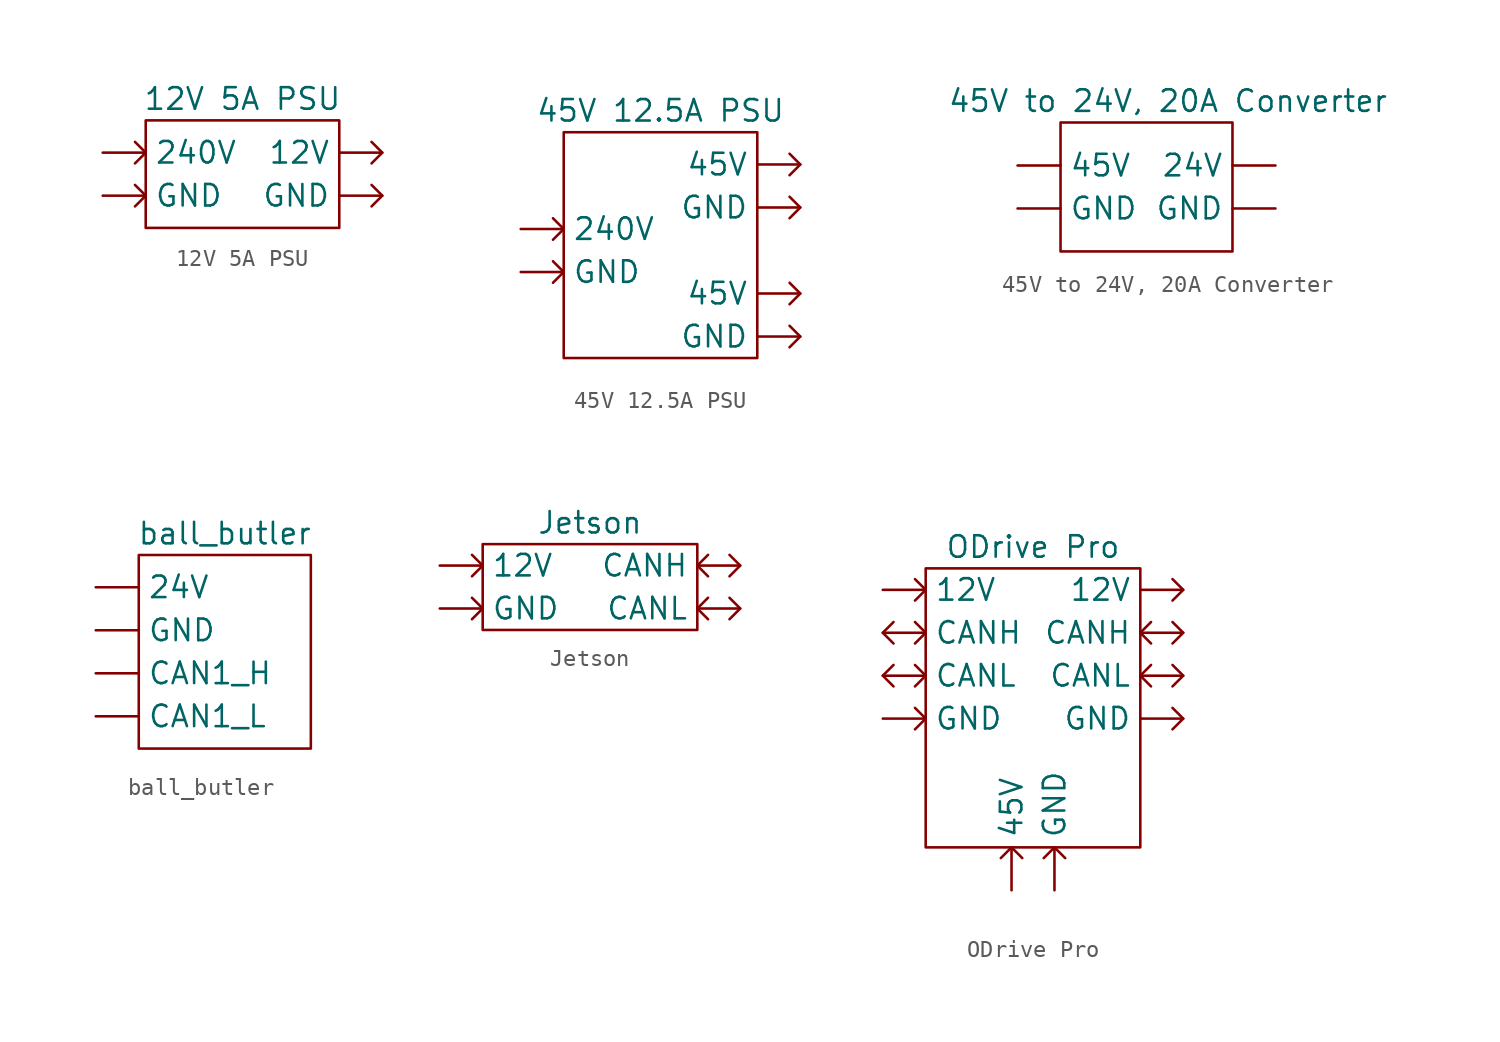
<source format=kicad_sym>
(kicad_symbol_lib
  (version 20211014)
  (generator kicad_symbol_editor)
  (symbol "12V 5A PSU"
    (property "Reference" "U"
      (at -11.43 12.7 0)
      (effects (font (size 1.27 1.27)) hide))
    (property "Value" "12V 5A PSU"
      (at -0.635 1.905 0)
      (effects (font (size 1.27 1.27))))
    (symbol "12V 5A PSU_0_0"
      (rectangle (start -6.35 0.635) (end 5.08 -5.715) (stroke (width 0) (type default) (color 0 0 0 0)) (fill (type none)))
      (polyline (pts (xy -6.985 -3.175) (xy -6.35 -3.81) (xy -6.985 -4.445)) (stroke (width 0) (type default) (color 0 0 0 0)) (fill (type none)))
      (polyline (pts (xy -6.985 -0.635) (xy -6.35 -1.27) (xy -6.985 -1.905)) (stroke (width 0) (type default) (color 0 0 0 0)) (fill (type none)))
      (polyline (pts (xy 6.985 -3.175) (xy 7.62 -3.81) (xy 6.985 -4.445)) (stroke (width 0) (type default) (color 0 0 0 0)) (fill (type none)))
      (polyline (pts (xy 6.985 -0.635) (xy 7.62 -1.27) (xy 6.985 -1.905)) (stroke (width 0) (type default) (color 0 0 0 0)) (fill (type none))))
    (symbol "12V 5A PSU_1_1"
      (pin output line (at 7.62 -1.27 180) (length 2.54) (name "12V" (effects (font (size 1.27 1.27)))) (number "" (effects (font (size 1.27 1.27)))))
      (pin input line (at -8.89 -1.27 0) (length 2.54) (name "240V" (effects (font (size 1.27 1.27)))) (number "" (effects (font (size 1.27 1.27)))))
      (pin input line (at -8.89 -3.81 0) (length 2.54) (name "GND" (effects (font (size 1.27 1.27)))) (number "" (effects (font (size 1.27 1.27)))))
      (pin output line (at 7.62 -3.81 180) (length 2.54) (name "GND" (effects (font (size 1.27 1.27)))) (number "" (effects (font (size 1.27 1.27)))))))
  (symbol "45V 12.5A PSU"
    (property "Reference" "U"
      (at -11.43 12.7 0)
      (effects (font (size 1.27 1.27)) hide))
    (property "Value" "45V 12.5A PSU"
      (at -0.635 8.255 0)
      (effects (font (size 1.27 1.27))))
    (symbol "45V 12.5A PSU_0_0"
      (rectangle (start -6.35 6.985) (end 5.08 -6.35) (stroke (width 0) (type default) (color 0 0 0 0)) (fill (type none)))
      (polyline (pts (xy -6.985 -0.635) (xy -6.35 -1.27) (xy -6.985 -1.905)) (stroke (width 0) (type default) (color 0 0 0 0)) (fill (type none)))
      (polyline (pts (xy -6.985 1.905) (xy -6.35 1.27) (xy -6.985 0.635)) (stroke (width 0) (type default) (color 0 0 0 0)) (fill (type none)))
      (polyline (pts (xy 6.985 -4.445) (xy 7.62 -5.08) (xy 6.985 -5.715)) (stroke (width 0) (type default) (color 0 0 0 0)) (fill (type none)))
      (polyline (pts (xy 6.985 -1.905) (xy 7.62 -2.54) (xy 6.985 -3.175)) (stroke (width 0) (type default) (color 0 0 0 0)) (fill (type none)))
      (polyline (pts (xy 6.985 3.175) (xy 7.62 2.54) (xy 6.985 1.905)) (stroke (width 0) (type default) (color 0 0 0 0)) (fill (type none)))
      (polyline (pts (xy 6.985 5.715) (xy 7.62 5.08) (xy 6.985 4.445)) (stroke (width 0) (type default) (color 0 0 0 0)) (fill (type none))))
    (symbol "45V 12.5A PSU_1_1"
      (pin input line (at -8.89 1.27 0) (length 2.54) (name "240V" (effects (font (size 1.27 1.27)))) (number "" (effects (font (size 1.27 1.27)))))
      (pin output line (at 7.62 -2.54 180) (length 2.54) (name "45V" (effects (font (size 1.27 1.27)))) (number "" (effects (font (size 1.27 1.27)))))
      (pin output line (at 7.62 5.08 180) (length 2.54) (name "45V" (effects (font (size 1.27 1.27)))) (number "" (effects (font (size 1.27 1.27)))))
      (pin input line (at -8.89 -1.27 0) (length 2.54) (name "GND" (effects (font (size 1.27 1.27)))) (number "" (effects (font (size 1.27 1.27)))))
      (pin output line (at 7.62 -5.08 180) (length 2.54) (name "GND" (effects (font (size 1.27 1.27)))) (number "" (effects (font (size 1.27 1.27)))))
      (pin output line (at 7.62 2.54 180) (length 2.54) (name "GND" (effects (font (size 1.27 1.27)))) (number "" (effects (font (size 1.27 1.27)))))))
  (symbol "45V to 24V, 20A Converter"
    (property "Reference" "U"
      (at -11.43 17.78 0)
      (effects (font (size 1.27 1.27)) hide))
    (property "Value" "45V to 24V, 20A Converter"
      (at 1.27 5.08 0)
      (effects (font (size 1.27 1.27))))
    (symbol "45V to 24V, 20A Converter_0_1"
      (rectangle (start -5.08 3.81) (end 5.08 -3.81) (stroke (width 0) (type default) (color 0 0 0 0)) (fill (type none))))
    (symbol "45V to 24V, 20A Converter_1_1"
      (pin output line (at 7.62 1.27 180) (length 2.54) (name "24V" (effects (font (size 1.27 1.27)))) (number "" (effects (font (size 1.27 1.27)))))
      (pin input line (at -7.62 1.27 0) (length 2.54) (name "45V" (effects (font (size 1.27 1.27)))) (number "" (effects (font (size 1.27 1.27)))))
      (pin input line (at -7.62 -1.27 0) (length 2.54) (name "GND" (effects (font (size 1.27 1.27)))) (number "" (effects (font (size 1.27 1.27)))))
      (pin output line (at 7.62 -1.27 180) (length 2.54) (name "GND" (effects (font (size 1.27 1.27)))) (number "" (effects (font (size 1.27 1.27)))))))
  (symbol "ball_butler"
    (property "Reference" "U"
      (at -14.605 10.795 0)
      (effects (font (size 1.27 1.27)) hide))
    (property "Value" "ball_butler"
      (at 0 0.635 0)
      (effects (font (size 1.27 1.27))))
    (symbol "ball_butler_0_0"
      (rectangle (start -5.08 -0.635) (end 5.08 -12.065) (stroke (width 0) (type default) (color 0 0 0 0)) (fill (type none))))
    (symbol "ball_butler_1_1"
      (pin input line (at -7.62 -2.54 0) (length 2.54) (name "24V" (effects (font (size 1.27 1.27)))) (number "" (effects (font (size 1.27 1.27)))))
      (pin bidirectional line (at -7.62 -7.62 0) (length 2.54) (name "CAN1_H" (effects (font (size 1.27 1.27)))) (number "" (effects (font (size 1.27 1.27)))))
      (pin bidirectional line (at -7.62 -10.16 0) (length 2.54) (name "CAN1_L" (effects (font (size 1.27 1.27)))) (number "" (effects (font (size 1.27 1.27)))))
      (pin input line (at -7.62 -5.08 0) (length 2.54) (name "GND" (effects (font (size 1.27 1.27)))) (number "" (effects (font (size 1.27 1.27)))))))
  (symbol "Jetson"
    (property "Reference" "U"
      (at -17.78 22.86 0)
      (effects (font (size 1.27 1.27)) hide))
    (property "Value" "Jetson"
      (at 0 3.81 0)
      (effects (font (size 1.27 1.27))))
    (symbol "Jetson_0_0"
      (polyline (pts (xy -6.985 -0.635) (xy -6.35 -1.27) (xy -6.985 -1.905)) (stroke (width 0) (type default) (color 0 0 0 0)) (fill (type none)))
      (polyline (pts (xy -6.985 1.905) (xy -6.35 1.27) (xy -6.985 0.635)) (stroke (width 0) (type default) (color 0 0 0 0)) (fill (type none)))
      (polyline (pts (xy 6.985 -0.635) (xy 6.35 -1.27) (xy 6.985 -1.905)) (stroke (width 0) (type default) (color 0 0 0 0)) (fill (type none)))
      (polyline (pts (xy 6.985 1.905) (xy 6.35 1.27) (xy 6.985 0.635)) (stroke (width 0) (type default) (color 0 0 0 0)) (fill (type none)))
      (polyline (pts (xy 8.255 -0.635) (xy 8.89 -1.27) (xy 8.255 -1.905)) (stroke (width 0) (type default) (color 0 0 0 0)) (fill (type none)))
      (polyline (pts (xy 8.255 1.905) (xy 8.89 1.27) (xy 8.255 0.635)) (stroke (width 0) (type default) (color 0 0 0 0)) (fill (type none))))
    (symbol "Jetson_0_1"
      (rectangle (start -6.35 2.54) (end 6.35 -2.54) (stroke (width 0) (type default) (color 0 0 0 0)) (fill (type none))))
    (symbol "Jetson_1_1"
      (pin input line (at -8.89 1.27 0) (length 2.54) (name "12V" (effects (font (size 1.27 1.27)))) (number "" (effects (font (size 1.27 1.27)))))
      (pin bidirectional line (at 8.89 1.27 180) (length 2.54) (name "CANH" (effects (font (size 1.27 1.27)))) (number "" (effects (font (size 1.27 1.27)))))
      (pin bidirectional line (at 8.89 -1.27 180) (length 2.54) (name "CANL" (effects (font (size 1.27 1.27)))) (number "" (effects (font (size 1.27 1.27)))))
      (pin input line (at -8.89 -1.27 0) (length 2.54) (name "GND" (effects (font (size 1.27 1.27)))) (number "" (effects (font (size 1.27 1.27)))))))
  (symbol "ODrive Pro"
    (property "Reference" "U"
      (at -10.795 12.065 0)
      (effects (font (size 1.27 1.27)) hide))
    (property "Value" "ODrive Pro"
      (at 0 6.35 0)
      (effects (font (size 1.27 1.27))))
    (symbol "ODrive Pro_0_0"
      (rectangle (start -6.35 5.08) (end 6.35 -11.43) (stroke (width 0) (type default) (color 0 0 0 0)) (fill (type none)))
      (polyline (pts (xy -8.255 -0.635) (xy -8.89 -1.27) (xy -8.255 -1.905)) (stroke (width 0) (type default) (color 0 0 0 0)) (fill (type none)))
      (polyline (pts (xy -8.255 1.905) (xy -8.89 1.27) (xy -8.255 0.635)) (stroke (width 0) (type default) (color 0 0 0 0)) (fill (type none)))
      (polyline (pts (xy -6.985 -3.175) (xy -6.35 -3.81) (xy -6.985 -4.445)) (stroke (width 0) (type default) (color 0 0 0 0)) (fill (type none)))
      (polyline (pts (xy -6.985 -0.635) (xy -6.35 -1.27) (xy -6.985 -1.905)) (stroke (width 0) (type default) (color 0 0 0 0)) (fill (type none)))
      (polyline (pts (xy -6.985 1.905) (xy -6.35 1.27) (xy -6.985 0.635)) (stroke (width 0) (type default) (color 0 0 0 0)) (fill (type none)))
      (polyline (pts (xy -6.985 4.445) (xy -6.35 3.81) (xy -6.985 3.175)) (stroke (width 0) (type default) (color 0 0 0 0)) (fill (type none)))
      (polyline (pts (xy -1.905 -12.065) (xy -1.27 -11.43) (xy -0.635 -12.065)) (stroke (width 0) (type default) (color 0 0 0 0)) (fill (type none)))
      (polyline (pts (xy 0.635 -12.065) (xy 1.27 -11.43) (xy 1.905 -12.065)) (stroke (width 0) (type default) (color 0 0 0 0)) (fill (type none)))
      (polyline (pts (xy 6.985 -0.635) (xy 6.35 -1.27) (xy 6.985 -1.905)) (stroke (width 0) (type default) (color 0 0 0 0)) (fill (type none)))
      (polyline (pts (xy 6.985 1.905) (xy 6.35 1.27) (xy 6.985 0.635)) (stroke (width 0) (type default) (color 0 0 0 0)) (fill (type none)))
      (polyline (pts (xy 8.255 -3.175) (xy 8.89 -3.81) (xy 8.255 -4.445)) (stroke (width 0) (type default) (color 0 0 0 0)) (fill (type none)))
      (polyline (pts (xy 8.255 -0.635) (xy 8.89 -1.27) (xy 8.255 -1.905)) (stroke (width 0) (type default) (color 0 0 0 0)) (fill (type none)))
      (polyline (pts (xy 8.255 1.905) (xy 8.89 1.27) (xy 8.255 0.635)) (stroke (width 0) (type default) (color 0 0 0 0)) (fill (type none)))
      (polyline (pts (xy 8.255 4.445) (xy 8.89 3.81) (xy 8.255 3.175)) (stroke (width 0) (type default) (color 0 0 0 0)) (fill (type none))))
    (symbol "ODrive Pro_1_1"
      (pin input line (at -8.89 3.81 0) (length 2.54) (name "12V" (effects (font (size 1.27 1.27)))) (number "" (effects (font (size 1.27 1.27)))))
      (pin output line (at 8.89 3.81 180) (length 2.54) (name "12V" (effects (font (size 1.27 1.27)))) (number "" (effects (font (size 1.27 1.27)))))
      (pin input line (at -1.27 -13.97 90) (length 2.54) (name "45V" (effects (font (size 1.27 1.27)))) (number "" (effects (font (size 1.27 1.27)))))
      (pin bidirectional line (at -8.89 1.27 0) (length 2.54) (name "CANH" (effects (font (size 1.27 1.27)))) (number "" (effects (font (size 1.27 1.27)))))
      (pin bidirectional line (at 8.89 1.27 180) (length 2.54) (name "CANH" (effects (font (size 1.27 1.27)))) (number "" (effects (font (size 1.27 1.27)))))
      (pin bidirectional line (at -8.89 -1.27 0) (length 2.54) (name "CANL" (effects (font (size 1.27 1.27)))) (number "" (effects (font (size 1.27 1.27)))))
      (pin bidirectional line (at 8.89 -1.27 180) (length 2.54) (name "CANL" (effects (font (size 1.27 1.27)))) (number "" (effects (font (size 1.27 1.27)))))
      (pin input line (at -8.89 -3.81 0) (length 2.54) (name "GND" (effects (font (size 1.27 1.27)))) (number "" (effects (font (size 1.27 1.27)))))
      (pin input line (at 1.27 -13.97 90) (length 2.54) (name "GND" (effects (font (size 1.27 1.27)))) (number "" (effects (font (size 1.27 1.27)))))
      (pin output line (at 8.89 -3.81 180) (length 2.54) (name "GND" (effects (font (size 1.27 1.27)))) (number "" (effects (font (size 1.27 1.27))))))))
</source>
